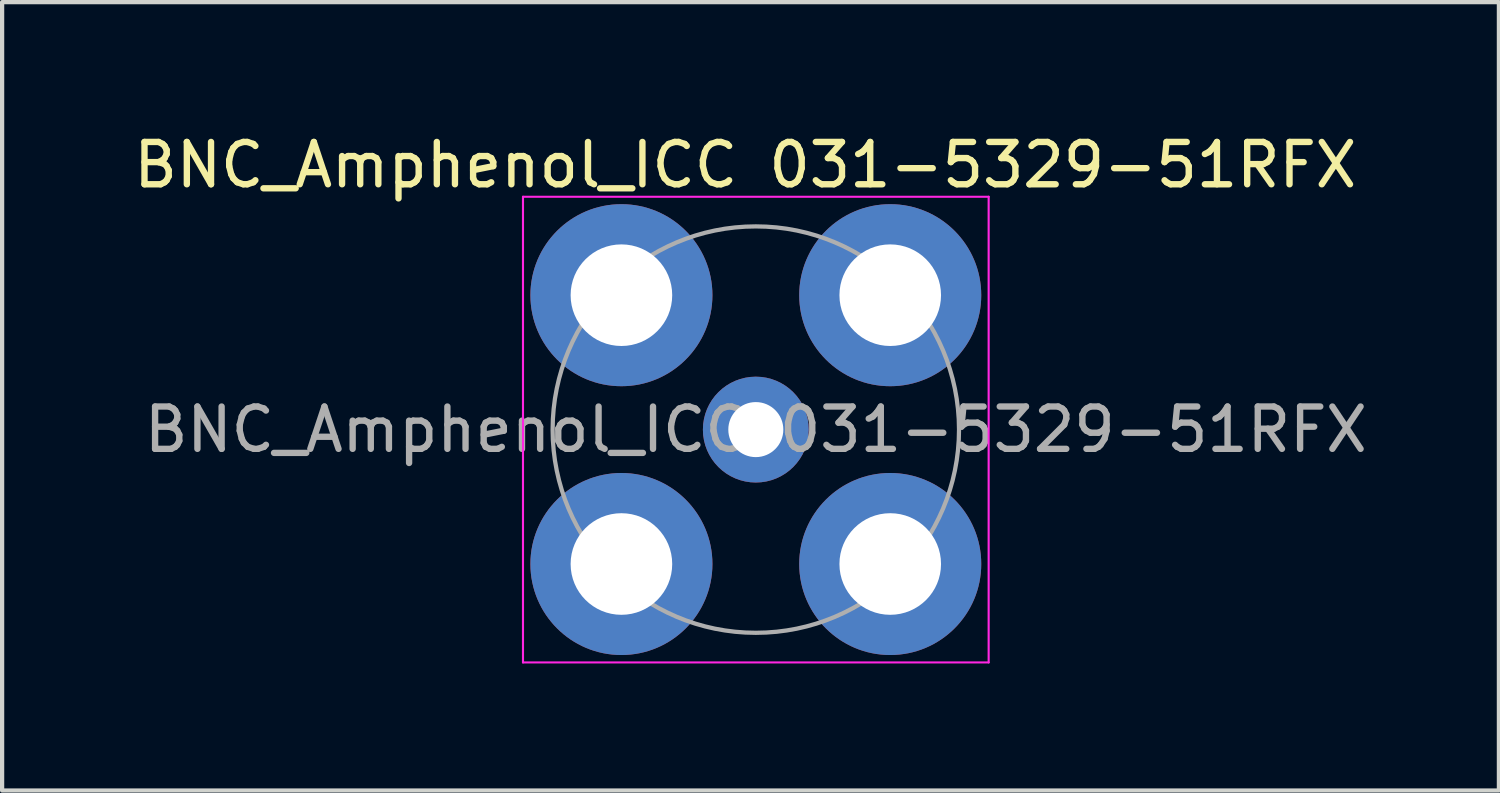
<source format=kicad_pcb>
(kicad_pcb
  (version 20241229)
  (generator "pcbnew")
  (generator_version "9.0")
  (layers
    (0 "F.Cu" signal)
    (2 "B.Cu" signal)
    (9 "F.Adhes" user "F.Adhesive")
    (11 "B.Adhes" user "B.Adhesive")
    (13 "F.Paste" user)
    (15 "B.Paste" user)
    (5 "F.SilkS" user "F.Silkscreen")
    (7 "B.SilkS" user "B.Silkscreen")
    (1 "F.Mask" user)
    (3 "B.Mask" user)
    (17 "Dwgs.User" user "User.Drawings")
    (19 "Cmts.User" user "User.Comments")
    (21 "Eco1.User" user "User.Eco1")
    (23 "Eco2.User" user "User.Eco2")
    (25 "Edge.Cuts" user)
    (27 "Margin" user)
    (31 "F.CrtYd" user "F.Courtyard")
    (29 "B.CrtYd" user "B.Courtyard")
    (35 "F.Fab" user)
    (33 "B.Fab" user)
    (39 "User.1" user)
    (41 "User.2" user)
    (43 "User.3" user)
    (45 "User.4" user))
  (footprint "BNC_Amphenol_ICC 031-5329-51RFX"
    (layer "F.Cu")
    (at 14.804 7.098)
    (property "Reference" "BNC_Amphenol_ICC 031-5329-51RFX" (at -0.25 -6.25 0) (layer "F.SilkS") (effects (font (size 1 1) (thickness 0.15))))
    (attr through_hole)
    (fp_line (start -5.5 -5.5) (end 5.5 -5.5) (stroke (width 0.05) (type solid)) (layer "F.CrtYd"))
    (fp_line (start -5.5 5.5) (end -5.5 -5.5) (stroke (width 0.05) (type solid)) (layer "F.CrtYd"))
    (fp_line (start 5.5 -5.5) (end 5.5 5.5) (stroke (width 0.05) (type solid)) (layer "F.CrtYd"))
    (fp_line (start 5.5 5.5) (end -5.5 5.5) (stroke (width 0.05) (type solid)) (layer "F.CrtYd"))
    (fp_circle (center 0 0) (end 4.8 0) (stroke (width 0.1) (type solid)) (fill no) (layer "F.Fab"))
    (fp_text user "${REFERENCE}" (at 0 0 0) (layer "F.Fab") (effects (font (size 1 1) (thickness 0.15))))
    (pad "1" thru_hole circle (at 0 0) (size 2.5 2.5) (drill 1.3) (layers "*.Cu" "*.Mask"))
    (pad "2" thru_hole circle (at -3.175 -3.175) (size 4.3 4.3) (drill 2.4) (layers "*.Cu" "*.Mask"))
    (pad "2" thru_hole circle (at -3.175 3.175) (size 4.3 4.3) (drill 2.4) (layers "*.Cu" "*.Mask"))
    (pad "2" thru_hole circle (at 3.175 -3.175) (size 4.3 4.3) (drill 2.4) (layers "*.Cu" "*.Mask"))
    (pad "2" thru_hole circle (at 3.175 3.175) (size 4.3 4.3) (drill 2.4) (layers "*.Cu" "*.Mask")))
  (gr_rect
    (start -3 -3)
    (end 32.357 15.623)
    (stroke (width 0.1) (type default))
    (fill no)
    (layer "Edge.Cuts")))
</source>
